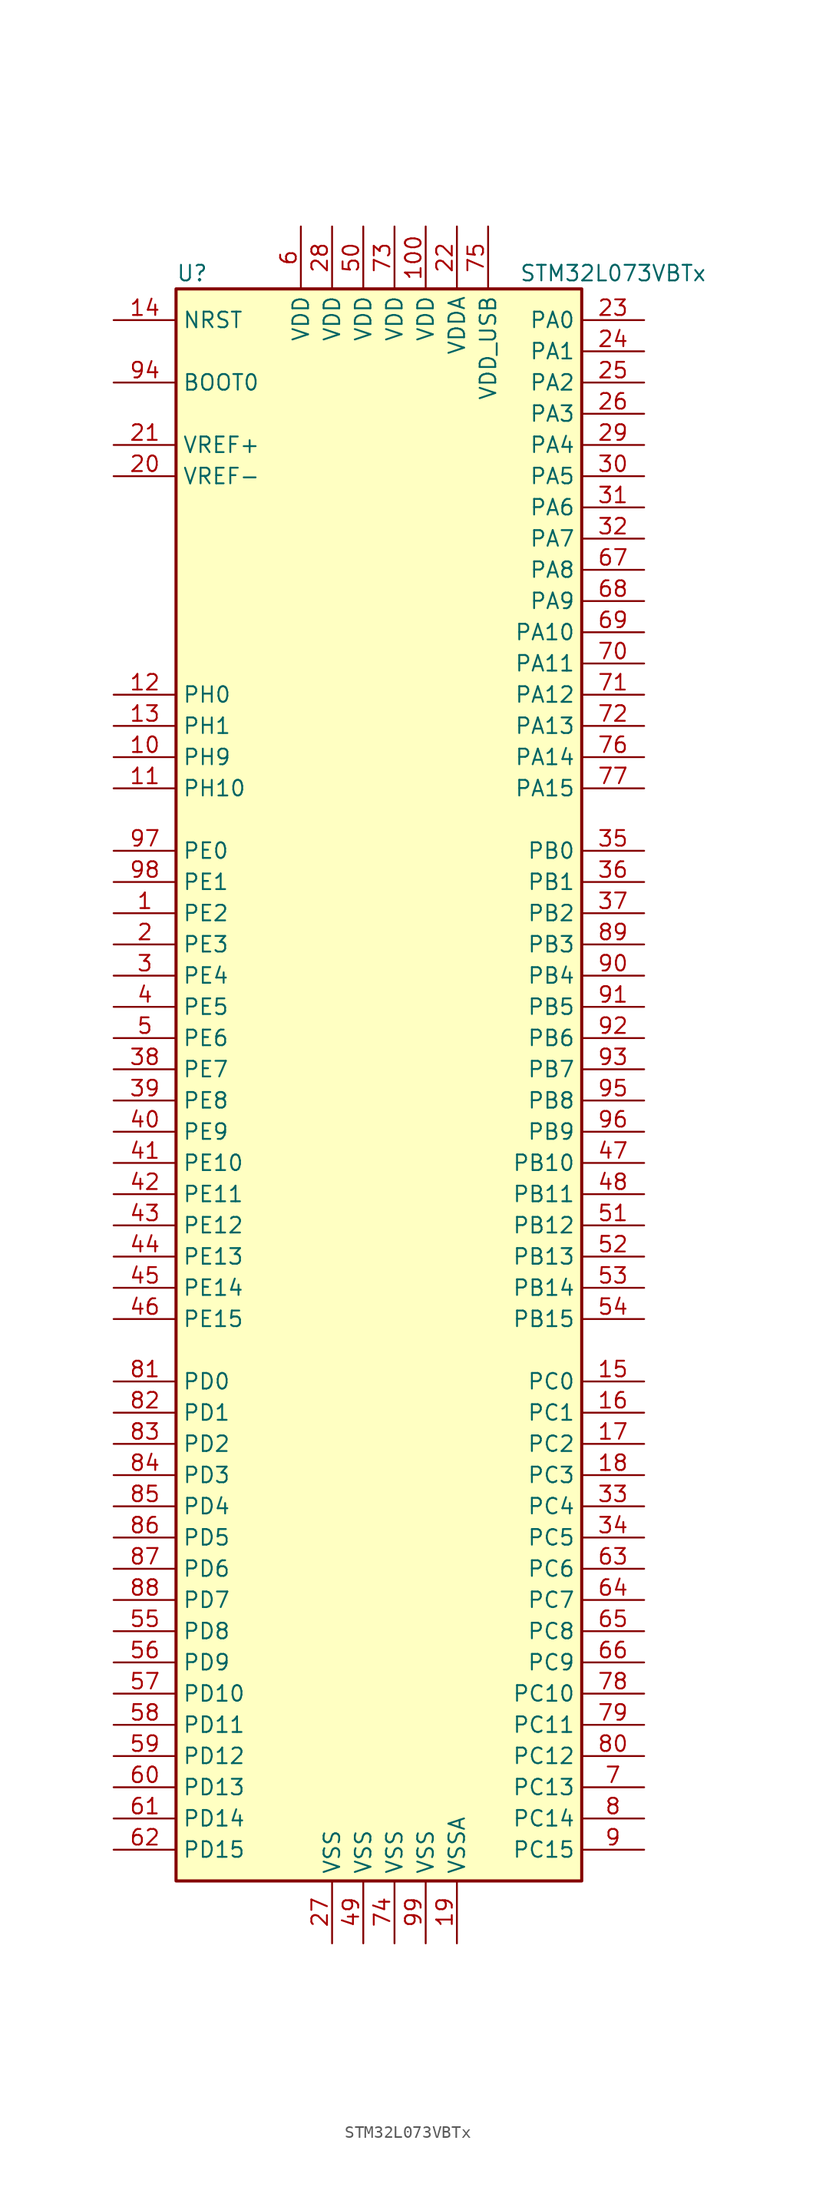
<source format=kicad_sym>
(kicad_symbol_lib
  (version 20201005)
  (generator kicad_symbol_editor)
  (symbol "STM32L073VBTx"
    (property "Reference" "U"
      (at -17.78 64.77 0)
      (effects (font (size 1.27 1.27)) (justify left)))
    (property "Value" "STM32L073VBTx"
      (at 10.16 64.77 0)
      (effects (font (size 1.27 1.27)) (justify left)))
    (symbol "STM32L073VBTx_0_1"
      (rectangle (start -17.78 -66.04) (end 15.24 63.5) (stroke (width 0.254)) (fill (type background))))
    (symbol "STM32L073VBTx_1_1"
      (pin bidirectional line (at -22.86 12.7 0) (length 5.08) (name "PE2" (effects (font (size 1.27 1.27)))) (number "1" (effects (font (size 1.27 1.27)))))
      (pin bidirectional line (at -22.86 25.4 0) (length 5.08) (name "PH9" (effects (font (size 1.27 1.27)))) (number "10" (effects (font (size 1.27 1.27)))))
      (pin power_in line (at 2.54 68.58 270) (length 5.08) (name "VDD" (effects (font (size 1.27 1.27)))) (number "100" (effects (font (size 1.27 1.27)))))
      (pin bidirectional line (at -22.86 22.86 0) (length 5.08) (name "PH10" (effects (font (size 1.27 1.27)))) (number "11" (effects (font (size 1.27 1.27)))))
      (pin input line (at -22.86 30.48 0) (length 5.08) (name "PH0" (effects (font (size 1.27 1.27)))) (number "12" (effects (font (size 1.27 1.27)))))
      (pin input line (at -22.86 27.94 0) (length 5.08) (name "PH1" (effects (font (size 1.27 1.27)))) (number "13" (effects (font (size 1.27 1.27)))))
      (pin input line (at -22.86 60.96 0) (length 5.08) (name "NRST" (effects (font (size 1.27 1.27)))) (number "14" (effects (font (size 1.27 1.27)))))
      (pin bidirectional line (at 20.32 -25.4 180) (length 5.08) (name "PC0" (effects (font (size 1.27 1.27)))) (number "15" (effects (font (size 1.27 1.27)))))
      (pin bidirectional line (at 20.32 -27.94 180) (length 5.08) (name "PC1" (effects (font (size 1.27 1.27)))) (number "16" (effects (font (size 1.27 1.27)))))
      (pin bidirectional line (at 20.32 -30.48 180) (length 5.08) (name "PC2" (effects (font (size 1.27 1.27)))) (number "17" (effects (font (size 1.27 1.27)))))
      (pin bidirectional line (at 20.32 -33.02 180) (length 5.08) (name "PC3" (effects (font (size 1.27 1.27)))) (number "18" (effects (font (size 1.27 1.27)))))
      (pin power_in line (at 5.08 -71.12 90) (length 5.08) (name "VSSA" (effects (font (size 1.27 1.27)))) (number "19" (effects (font (size 1.27 1.27)))))
      (pin bidirectional line (at -22.86 10.16 0) (length 5.08) (name "PE3" (effects (font (size 1.27 1.27)))) (number "2" (effects (font (size 1.27 1.27)))))
      (pin power_in line (at -22.86 48.26 0) (length 5.08) (name "VREF-" (effects (font (size 1.27 1.27)))) (number "20" (effects (font (size 1.27 1.27)))))
      (pin power_in line (at -22.86 50.8 0) (length 5.08) (name "VREF+" (effects (font (size 1.27 1.27)))) (number "21" (effects (font (size 1.27 1.27)))))
      (pin power_in line (at 5.08 68.58 270) (length 5.08) (name "VDDA" (effects (font (size 1.27 1.27)))) (number "22" (effects (font (size 1.27 1.27)))))
      (pin bidirectional line (at 20.32 60.96 180) (length 5.08) (name "PA0" (effects (font (size 1.27 1.27)))) (number "23" (effects (font (size 1.27 1.27)))))
      (pin bidirectional line (at 20.32 58.42 180) (length 5.08) (name "PA1" (effects (font (size 1.27 1.27)))) (number "24" (effects (font (size 1.27 1.27)))))
      (pin bidirectional line (at 20.32 55.88 180) (length 5.08) (name "PA2" (effects (font (size 1.27 1.27)))) (number "25" (effects (font (size 1.27 1.27)))))
      (pin bidirectional line (at 20.32 53.34 180) (length 5.08) (name "PA3" (effects (font (size 1.27 1.27)))) (number "26" (effects (font (size 1.27 1.27)))))
      (pin power_in line (at -5.08 -71.12 90) (length 5.08) (name "VSS" (effects (font (size 1.27 1.27)))) (number "27" (effects (font (size 1.27 1.27)))))
      (pin power_in line (at -5.08 68.58 270) (length 5.08) (name "VDD" (effects (font (size 1.27 1.27)))) (number "28" (effects (font (size 1.27 1.27)))))
      (pin bidirectional line (at 20.32 50.8 180) (length 5.08) (name "PA4" (effects (font (size 1.27 1.27)))) (number "29" (effects (font (size 1.27 1.27)))))
      (pin bidirectional line (at -22.86 7.62 0) (length 5.08) (name "PE4" (effects (font (size 1.27 1.27)))) (number "3" (effects (font (size 1.27 1.27)))))
      (pin bidirectional line (at 20.32 48.26 180) (length 5.08) (name "PA5" (effects (font (size 1.27 1.27)))) (number "30" (effects (font (size 1.27 1.27)))))
      (pin bidirectional line (at 20.32 45.72 180) (length 5.08) (name "PA6" (effects (font (size 1.27 1.27)))) (number "31" (effects (font (size 1.27 1.27)))))
      (pin bidirectional line (at 20.32 43.18 180) (length 5.08) (name "PA7" (effects (font (size 1.27 1.27)))) (number "32" (effects (font (size 1.27 1.27)))))
      (pin bidirectional line (at 20.32 -35.56 180) (length 5.08) (name "PC4" (effects (font (size 1.27 1.27)))) (number "33" (effects (font (size 1.27 1.27)))))
      (pin bidirectional line (at 20.32 -38.1 180) (length 5.08) (name "PC5" (effects (font (size 1.27 1.27)))) (number "34" (effects (font (size 1.27 1.27)))))
      (pin bidirectional line (at 20.32 17.78 180) (length 5.08) (name "PB0" (effects (font (size 1.27 1.27)))) (number "35" (effects (font (size 1.27 1.27)))))
      (pin bidirectional line (at 20.32 15.24 180) (length 5.08) (name "PB1" (effects (font (size 1.27 1.27)))) (number "36" (effects (font (size 1.27 1.27)))))
      (pin bidirectional line (at 20.32 12.7 180) (length 5.08) (name "PB2" (effects (font (size 1.27 1.27)))) (number "37" (effects (font (size 1.27 1.27)))))
      (pin bidirectional line (at -22.86 0 0) (length 5.08) (name "PE7" (effects (font (size 1.27 1.27)))) (number "38" (effects (font (size 1.27 1.27)))))
      (pin bidirectional line (at -22.86 -2.54 0) (length 5.08) (name "PE8" (effects (font (size 1.27 1.27)))) (number "39" (effects (font (size 1.27 1.27)))))
      (pin bidirectional line (at -22.86 5.08 0) (length 5.08) (name "PE5" (effects (font (size 1.27 1.27)))) (number "4" (effects (font (size 1.27 1.27)))))
      (pin bidirectional line (at -22.86 -5.08 0) (length 5.08) (name "PE9" (effects (font (size 1.27 1.27)))) (number "40" (effects (font (size 1.27 1.27)))))
      (pin bidirectional line (at -22.86 -7.62 0) (length 5.08) (name "PE10" (effects (font (size 1.27 1.27)))) (number "41" (effects (font (size 1.27 1.27)))))
      (pin bidirectional line (at -22.86 -10.16 0) (length 5.08) (name "PE11" (effects (font (size 1.27 1.27)))) (number "42" (effects (font (size 1.27 1.27)))))
      (pin bidirectional line (at -22.86 -12.7 0) (length 5.08) (name "PE12" (effects (font (size 1.27 1.27)))) (number "43" (effects (font (size 1.27 1.27)))))
      (pin bidirectional line (at -22.86 -15.24 0) (length 5.08) (name "PE13" (effects (font (size 1.27 1.27)))) (number "44" (effects (font (size 1.27 1.27)))))
      (pin bidirectional line (at -22.86 -17.78 0) (length 5.08) (name "PE14" (effects (font (size 1.27 1.27)))) (number "45" (effects (font (size 1.27 1.27)))))
      (pin bidirectional line (at -22.86 -20.32 0) (length 5.08) (name "PE15" (effects (font (size 1.27 1.27)))) (number "46" (effects (font (size 1.27 1.27)))))
      (pin bidirectional line (at 20.32 -7.62 180) (length 5.08) (name "PB10" (effects (font (size 1.27 1.27)))) (number "47" (effects (font (size 1.27 1.27)))))
      (pin bidirectional line (at 20.32 -10.16 180) (length 5.08) (name "PB11" (effects (font (size 1.27 1.27)))) (number "48" (effects (font (size 1.27 1.27)))))
      (pin power_in line (at -2.54 -71.12 90) (length 5.08) (name "VSS" (effects (font (size 1.27 1.27)))) (number "49" (effects (font (size 1.27 1.27)))))
      (pin bidirectional line (at -22.86 2.54 0) (length 5.08) (name "PE6" (effects (font (size 1.27 1.27)))) (number "5" (effects (font (size 1.27 1.27)))))
      (pin power_in line (at -2.54 68.58 270) (length 5.08) (name "VDD" (effects (font (size 1.27 1.27)))) (number "50" (effects (font (size 1.27 1.27)))))
      (pin bidirectional line (at 20.32 -12.7 180) (length 5.08) (name "PB12" (effects (font (size 1.27 1.27)))) (number "51" (effects (font (size 1.27 1.27)))))
      (pin bidirectional line (at 20.32 -15.24 180) (length 5.08) (name "PB13" (effects (font (size 1.27 1.27)))) (number "52" (effects (font (size 1.27 1.27)))))
      (pin bidirectional line (at 20.32 -17.78 180) (length 5.08) (name "PB14" (effects (font (size 1.27 1.27)))) (number "53" (effects (font (size 1.27 1.27)))))
      (pin bidirectional line (at 20.32 -20.32 180) (length 5.08) (name "PB15" (effects (font (size 1.27 1.27)))) (number "54" (effects (font (size 1.27 1.27)))))
      (pin bidirectional line (at -22.86 -45.72 0) (length 5.08) (name "PD8" (effects (font (size 1.27 1.27)))) (number "55" (effects (font (size 1.27 1.27)))))
      (pin bidirectional line (at -22.86 -48.26 0) (length 5.08) (name "PD9" (effects (font (size 1.27 1.27)))) (number "56" (effects (font (size 1.27 1.27)))))
      (pin bidirectional line (at -22.86 -50.8 0) (length 5.08) (name "PD10" (effects (font (size 1.27 1.27)))) (number "57" (effects (font (size 1.27 1.27)))))
      (pin bidirectional line (at -22.86 -53.34 0) (length 5.08) (name "PD11" (effects (font (size 1.27 1.27)))) (number "58" (effects (font (size 1.27 1.27)))))
      (pin bidirectional line (at -22.86 -55.88 0) (length 5.08) (name "PD12" (effects (font (size 1.27 1.27)))) (number "59" (effects (font (size 1.27 1.27)))))
      (pin power_in line (at -7.62 68.58 270) (length 5.08) (name "VDD" (effects (font (size 1.27 1.27)))) (number "6" (effects (font (size 1.27 1.27)))))
      (pin bidirectional line (at -22.86 -58.42 0) (length 5.08) (name "PD13" (effects (font (size 1.27 1.27)))) (number "60" (effects (font (size 1.27 1.27)))))
      (pin bidirectional line (at -22.86 -60.96 0) (length 5.08) (name "PD14" (effects (font (size 1.27 1.27)))) (number "61" (effects (font (size 1.27 1.27)))))
      (pin bidirectional line (at -22.86 -63.5 0) (length 5.08) (name "PD15" (effects (font (size 1.27 1.27)))) (number "62" (effects (font (size 1.27 1.27)))))
      (pin bidirectional line (at 20.32 -40.64 180) (length 5.08) (name "PC6" (effects (font (size 1.27 1.27)))) (number "63" (effects (font (size 1.27 1.27)))))
      (pin bidirectional line (at 20.32 -43.18 180) (length 5.08) (name "PC7" (effects (font (size 1.27 1.27)))) (number "64" (effects (font (size 1.27 1.27)))))
      (pin bidirectional line (at 20.32 -45.72 180) (length 5.08) (name "PC8" (effects (font (size 1.27 1.27)))) (number "65" (effects (font (size 1.27 1.27)))))
      (pin bidirectional line (at 20.32 -48.26 180) (length 5.08) (name "PC9" (effects (font (size 1.27 1.27)))) (number "66" (effects (font (size 1.27 1.27)))))
      (pin bidirectional line (at 20.32 40.64 180) (length 5.08) (name "PA8" (effects (font (size 1.27 1.27)))) (number "67" (effects (font (size 1.27 1.27)))))
      (pin bidirectional line (at 20.32 38.1 180) (length 5.08) (name "PA9" (effects (font (size 1.27 1.27)))) (number "68" (effects (font (size 1.27 1.27)))))
      (pin bidirectional line (at 20.32 35.56 180) (length 5.08) (name "PA10" (effects (font (size 1.27 1.27)))) (number "69" (effects (font (size 1.27 1.27)))))
      (pin bidirectional line (at 20.32 -58.42 180) (length 5.08) (name "PC13" (effects (font (size 1.27 1.27)))) (number "7" (effects (font (size 1.27 1.27)))))
      (pin bidirectional line (at 20.32 33.02 180) (length 5.08) (name "PA11" (effects (font (size 1.27 1.27)))) (number "70" (effects (font (size 1.27 1.27)))))
      (pin bidirectional line (at 20.32 30.48 180) (length 5.08) (name "PA12" (effects (font (size 1.27 1.27)))) (number "71" (effects (font (size 1.27 1.27)))))
      (pin bidirectional line (at 20.32 27.94 180) (length 5.08) (name "PA13" (effects (font (size 1.27 1.27)))) (number "72" (effects (font (size 1.27 1.27)))))
      (pin power_in line (at 0 68.58 270) (length 5.08) (name "VDD" (effects (font (size 1.27 1.27)))) (number "73" (effects (font (size 1.27 1.27)))))
      (pin power_in line (at 0 -71.12 90) (length 5.08) (name "VSS" (effects (font (size 1.27 1.27)))) (number "74" (effects (font (size 1.27 1.27)))))
      (pin power_in line (at 7.62 68.58 270) (length 5.08) (name "VDD_USB" (effects (font (size 1.27 1.27)))) (number "75" (effects (font (size 1.27 1.27)))))
      (pin bidirectional line (at 20.32 25.4 180) (length 5.08) (name "PA14" (effects (font (size 1.27 1.27)))) (number "76" (effects (font (size 1.27 1.27)))))
      (pin bidirectional line (at 20.32 22.86 180) (length 5.08) (name "PA15" (effects (font (size 1.27 1.27)))) (number "77" (effects (font (size 1.27 1.27)))))
      (pin bidirectional line (at 20.32 -50.8 180) (length 5.08) (name "PC10" (effects (font (size 1.27 1.27)))) (number "78" (effects (font (size 1.27 1.27)))))
      (pin bidirectional line (at 20.32 -53.34 180) (length 5.08) (name "PC11" (effects (font (size 1.27 1.27)))) (number "79" (effects (font (size 1.27 1.27)))))
      (pin bidirectional line (at 20.32 -60.96 180) (length 5.08) (name "PC14" (effects (font (size 1.27 1.27)))) (number "8" (effects (font (size 1.27 1.27)))))
      (pin bidirectional line (at 20.32 -55.88 180) (length 5.08) (name "PC12" (effects (font (size 1.27 1.27)))) (number "80" (effects (font (size 1.27 1.27)))))
      (pin bidirectional line (at -22.86 -25.4 0) (length 5.08) (name "PD0" (effects (font (size 1.27 1.27)))) (number "81" (effects (font (size 1.27 1.27)))))
      (pin bidirectional line (at -22.86 -27.94 0) (length 5.08) (name "PD1" (effects (font (size 1.27 1.27)))) (number "82" (effects (font (size 1.27 1.27)))))
      (pin bidirectional line (at -22.86 -30.48 0) (length 5.08) (name "PD2" (effects (font (size 1.27 1.27)))) (number "83" (effects (font (size 1.27 1.27)))))
      (pin bidirectional line (at -22.86 -33.02 0) (length 5.08) (name "PD3" (effects (font (size 1.27 1.27)))) (number "84" (effects (font (size 1.27 1.27)))))
      (pin bidirectional line (at -22.86 -35.56 0) (length 5.08) (name "PD4" (effects (font (size 1.27 1.27)))) (number "85" (effects (font (size 1.27 1.27)))))
      (pin bidirectional line (at -22.86 -38.1 0) (length 5.08) (name "PD5" (effects (font (size 1.27 1.27)))) (number "86" (effects (font (size 1.27 1.27)))))
      (pin bidirectional line (at -22.86 -40.64 0) (length 5.08) (name "PD6" (effects (font (size 1.27 1.27)))) (number "87" (effects (font (size 1.27 1.27)))))
      (pin bidirectional line (at -22.86 -43.18 0) (length 5.08) (name "PD7" (effects (font (size 1.27 1.27)))) (number "88" (effects (font (size 1.27 1.27)))))
      (pin bidirectional line (at 20.32 10.16 180) (length 5.08) (name "PB3" (effects (font (size 1.27 1.27)))) (number "89" (effects (font (size 1.27 1.27)))))
      (pin bidirectional line (at 20.32 -63.5 180) (length 5.08) (name "PC15" (effects (font (size 1.27 1.27)))) (number "9" (effects (font (size 1.27 1.27)))))
      (pin bidirectional line (at 20.32 7.62 180) (length 5.08) (name "PB4" (effects (font (size 1.27 1.27)))) (number "90" (effects (font (size 1.27 1.27)))))
      (pin bidirectional line (at 20.32 5.08 180) (length 5.08) (name "PB5" (effects (font (size 1.27 1.27)))) (number "91" (effects (font (size 1.27 1.27)))))
      (pin bidirectional line (at 20.32 2.54 180) (length 5.08) (name "PB6" (effects (font (size 1.27 1.27)))) (number "92" (effects (font (size 1.27 1.27)))))
      (pin bidirectional line (at 20.32 0 180) (length 5.08) (name "PB7" (effects (font (size 1.27 1.27)))) (number "93" (effects (font (size 1.27 1.27)))))
      (pin input line (at -22.86 55.88 0) (length 5.08) (name "BOOT0" (effects (font (size 1.27 1.27)))) (number "94" (effects (font (size 1.27 1.27)))))
      (pin bidirectional line (at 20.32 -2.54 180) (length 5.08) (name "PB8" (effects (font (size 1.27 1.27)))) (number "95" (effects (font (size 1.27 1.27)))))
      (pin bidirectional line (at 20.32 -5.08 180) (length 5.08) (name "PB9" (effects (font (size 1.27 1.27)))) (number "96" (effects (font (size 1.27 1.27)))))
      (pin bidirectional line (at -22.86 17.78 0) (length 5.08) (name "PE0" (effects (font (size 1.27 1.27)))) (number "97" (effects (font (size 1.27 1.27)))))
      (pin bidirectional line (at -22.86 15.24 0) (length 5.08) (name "PE1" (effects (font (size 1.27 1.27)))) (number "98" (effects (font (size 1.27 1.27)))))
      (pin power_in line (at 2.54 -71.12 90) (length 5.08) (name "VSS" (effects (font (size 1.27 1.27)))) (number "99" (effects (font (size 1.27 1.27))))))))
</source>
